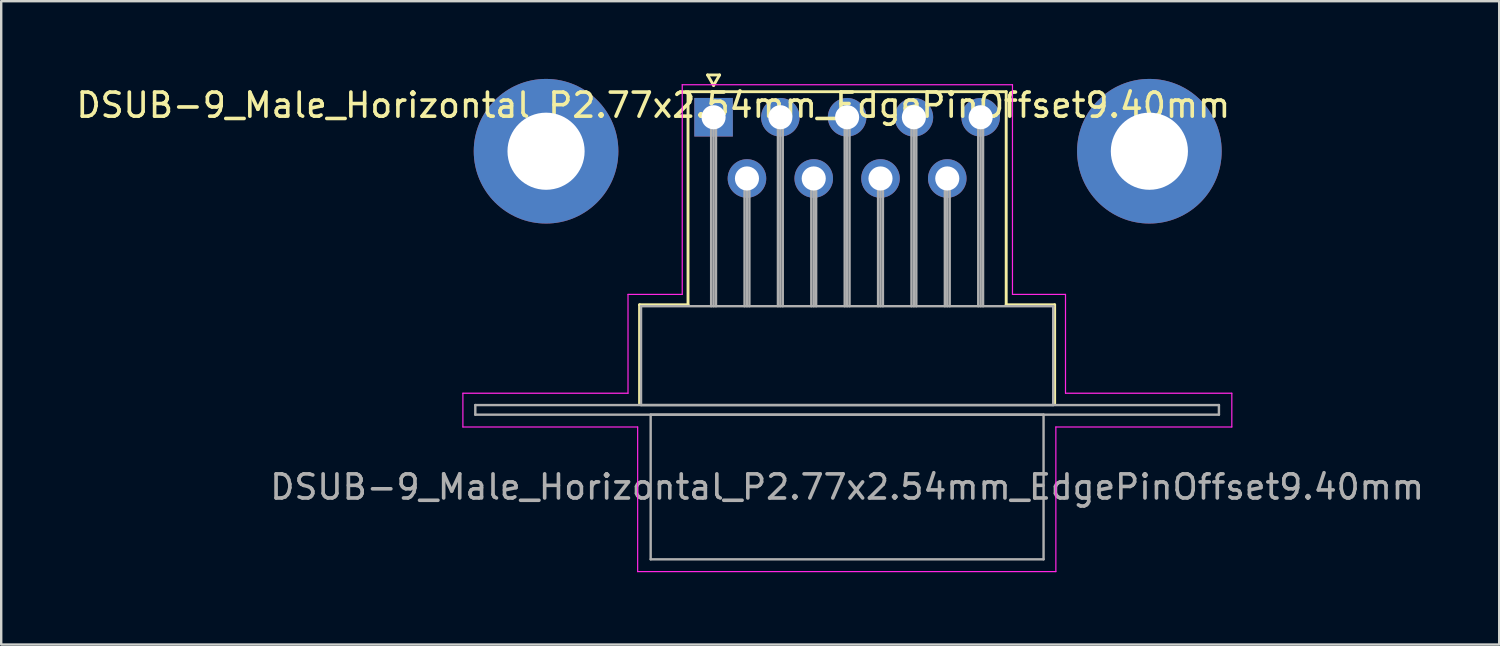
<source format=kicad_pcb>
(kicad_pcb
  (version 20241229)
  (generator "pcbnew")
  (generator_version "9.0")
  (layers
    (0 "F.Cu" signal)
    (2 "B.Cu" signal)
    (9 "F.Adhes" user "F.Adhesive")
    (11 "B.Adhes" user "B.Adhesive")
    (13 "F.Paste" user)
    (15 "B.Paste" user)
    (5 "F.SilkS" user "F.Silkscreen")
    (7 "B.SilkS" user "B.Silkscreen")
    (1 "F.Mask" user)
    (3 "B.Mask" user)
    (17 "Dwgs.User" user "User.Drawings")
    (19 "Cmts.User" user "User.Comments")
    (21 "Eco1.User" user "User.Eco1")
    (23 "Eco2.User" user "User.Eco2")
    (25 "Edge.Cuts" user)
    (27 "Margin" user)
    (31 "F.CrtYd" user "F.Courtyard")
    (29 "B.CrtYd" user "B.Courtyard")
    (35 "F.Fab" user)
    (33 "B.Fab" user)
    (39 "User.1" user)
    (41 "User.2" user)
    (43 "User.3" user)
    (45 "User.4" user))
  (footprint "DSUB-9_Male_Horizontal_P2.77x2.54mm_EdgePinOffset9.40mm"
    (layer "F.Cu")
    (at 26.554 1.814)
    (property "Reference" "DSUB-9_Male_Horizontal_P2.77x2.54mm_EdgePinOffset9.40mm" (at -2.5 -0.5 0) (layer "F.SilkS") (effects (font (size 1 1) (thickness 0.15))))
    (attr through_hole)
    (fp_line (start -3.07 7.78) (end -1.06 7.78) (stroke (width 0.12) (type solid)) (layer "F.SilkS"))
    (fp_line (start -3.07 11.88) (end -3.07 7.78) (stroke (width 0.12) (type solid)) (layer "F.SilkS"))
    (fp_line (start -1.06 -1.06) (end 12.14 -1.06) (stroke (width 0.12) (type solid)) (layer "F.SilkS"))
    (fp_line (start -1.06 7.78) (end -1.06 -1.06) (stroke (width 0.12) (type solid)) (layer "F.SilkS"))
    (fp_line (start -0.25 -1.754) (end 0.25 -1.754) (stroke (width 0.12) (type solid)) (layer "F.SilkS"))
    (fp_line (start 0 -1.321) (end -0.25 -1.754) (stroke (width 0.12) (type solid)) (layer "F.SilkS"))
    (fp_line (start 0.25 -1.754) (end 0 -1.321) (stroke (width 0.12) (type solid)) (layer "F.SilkS"))
    (fp_line (start 12.14 -1.06) (end 12.14 7.78) (stroke (width 0.12) (type solid)) (layer "F.SilkS"))
    (fp_line (start 12.14 7.78) (end 14.15 7.78) (stroke (width 0.12) (type solid)) (layer "F.SilkS"))
    (fp_line (start 14.15 7.78) (end 14.15 11.88) (stroke (width 0.12) (type solid)) (layer "F.SilkS"))
    (fp_line (start -10.4 11.45) (end -3.55 11.45) (stroke (width 0.05) (type solid)) (layer "F.CrtYd"))
    (fp_line (start -10.4 12.85) (end -10.4 11.45) (stroke (width 0.05) (type solid)) (layer "F.CrtYd"))
    (fp_line (start -3.55 7.35) (end -1.3 7.35) (stroke (width 0.05) (type solid)) (layer "F.CrtYd"))
    (fp_line (start -3.55 11.45) (end -3.55 7.35) (stroke (width 0.05) (type solid)) (layer "F.CrtYd"))
    (fp_line (start -3.15 12.85) (end -10.4 12.85) (stroke (width 0.05) (type solid)) (layer "F.CrtYd"))
    (fp_line (start -3.15 18.85) (end -3.15 12.85) (stroke (width 0.05) (type solid)) (layer "F.CrtYd"))
    (fp_line (start -1.3 -1.35) (end 12.4 -1.35) (stroke (width 0.05) (type solid)) (layer "F.CrtYd"))
    (fp_line (start -1.3 7.35) (end -1.3 -1.35) (stroke (width 0.05) (type solid)) (layer "F.CrtYd"))
    (fp_line (start 12.4 -1.35) (end 12.4 7.35) (stroke (width 0.05) (type solid)) (layer "F.CrtYd"))
    (fp_line (start 12.4 7.35) (end 14.6 7.35) (stroke (width 0.05) (type solid)) (layer "F.CrtYd"))
    (fp_line (start 14.2 12.85) (end 14.2 18.85) (stroke (width 0.05) (type solid)) (layer "F.CrtYd"))
    (fp_line (start 14.2 18.85) (end -3.15 18.85) (stroke (width 0.05) (type solid)) (layer "F.CrtYd"))
    (fp_line (start 14.6 7.35) (end 14.6 11.45) (stroke (width 0.05) (type solid)) (layer "F.CrtYd"))
    (fp_line (start 14.6 11.45) (end 21.5 11.45) (stroke (width 0.05) (type solid)) (layer "F.CrtYd"))
    (fp_line (start 21.5 11.45) (end 21.5 12.85) (stroke (width 0.05) (type solid)) (layer "F.CrtYd"))
    (fp_line (start 21.5 12.85) (end 14.2 12.85) (stroke (width 0.05) (type solid)) (layer "F.CrtYd"))
    (fp_line (start -9.885 11.94) (end -9.885 12.34) (stroke (width 0.1) (type solid)) (layer "F.Fab"))
    (fp_line (start -9.885 12.34) (end 20.965 12.34) (stroke (width 0.1) (type solid)) (layer "F.Fab"))
    (fp_line (start -3.01 7.84) (end -3.01 11.94) (stroke (width 0.1) (type solid)) (layer "F.Fab"))
    (fp_line (start -3.01 11.94) (end 14.09 11.94) (stroke (width 0.1) (type solid)) (layer "F.Fab"))
    (fp_line (start -2.61 12.34) (end -2.61 18.34) (stroke (width 0.1) (type solid)) (layer "F.Fab"))
    (fp_line (start -2.61 18.34) (end 13.69 18.34) (stroke (width 0.1) (type solid)) (layer "F.Fab"))
    (fp_line (start -0.1 0) (end -0.1 7.84) (stroke (width 0.1) (type solid)) (layer "F.Fab"))
    (fp_line (start 0 0) (end 0 7.84) (stroke (width 0.1) (type solid)) (layer "F.Fab"))
    (fp_line (start 0.1 0) (end 0.1 7.84) (stroke (width 0.1) (type solid)) (layer "F.Fab"))
    (fp_line (start 1.285 2.54) (end 1.285 7.84) (stroke (width 0.1) (type solid)) (layer "F.Fab"))
    (fp_line (start 1.385 2.54) (end 1.385 7.84) (stroke (width 0.1) (type solid)) (layer "F.Fab"))
    (fp_line (start 1.485 2.54) (end 1.485 7.84) (stroke (width 0.1) (type solid)) (layer "F.Fab"))
    (fp_line (start 2.67 0) (end 2.67 7.84) (stroke (width 0.1) (type solid)) (layer "F.Fab"))
    (fp_line (start 2.77 0) (end 2.77 7.84) (stroke (width 0.1) (type solid)) (layer "F.Fab"))
    (fp_line (start 2.87 0) (end 2.87 7.84) (stroke (width 0.1) (type solid)) (layer "F.Fab"))
    (fp_line (start 4.055 2.54) (end 4.055 7.84) (stroke (width 0.1) (type solid)) (layer "F.Fab"))
    (fp_line (start 4.155 2.54) (end 4.155 7.84) (stroke (width 0.1) (type solid)) (layer "F.Fab"))
    (fp_line (start 4.255 2.54) (end 4.255 7.84) (stroke (width 0.1) (type solid)) (layer "F.Fab"))
    (fp_line (start 5.44 0) (end 5.44 7.84) (stroke (width 0.1) (type solid)) (layer "F.Fab"))
    (fp_line (start 5.54 0) (end 5.54 7.84) (stroke (width 0.1) (type solid)) (layer "F.Fab"))
    (fp_line (start 5.64 0) (end 5.64 7.84) (stroke (width 0.1) (type solid)) (layer "F.Fab"))
    (fp_line (start 6.825 2.54) (end 6.825 7.84) (stroke (width 0.1) (type solid)) (layer "F.Fab"))
    (fp_line (start 6.925 2.54) (end 6.925 7.84) (stroke (width 0.1) (type solid)) (layer "F.Fab"))
    (fp_line (start 7.025 2.54) (end 7.025 7.84) (stroke (width 0.1) (type solid)) (layer "F.Fab"))
    (fp_line (start 8.21 0) (end 8.21 7.84) (stroke (width 0.1) (type solid)) (layer "F.Fab"))
    (fp_line (start 8.31 0) (end 8.31 7.84) (stroke (width 0.1) (type solid)) (layer "F.Fab"))
    (fp_line (start 8.41 0) (end 8.41 7.84) (stroke (width 0.1) (type solid)) (layer "F.Fab"))
    (fp_line (start 9.595 2.54) (end 9.595 7.84) (stroke (width 0.1) (type solid)) (layer "F.Fab"))
    (fp_line (start 9.695 2.54) (end 9.695 7.84) (stroke (width 0.1) (type solid)) (layer "F.Fab"))
    (fp_line (start 9.795 2.54) (end 9.795 7.84) (stroke (width 0.1) (type solid)) (layer "F.Fab"))
    (fp_line (start 10.98 0) (end 10.98 7.84) (stroke (width 0.1) (type solid)) (layer "F.Fab"))
    (fp_line (start 11.08 0) (end 11.08 7.84) (stroke (width 0.1) (type solid)) (layer "F.Fab"))
    (fp_line (start 11.18 0) (end 11.18 7.84) (stroke (width 0.1) (type solid)) (layer "F.Fab"))
    (fp_line (start 13.69 12.34) (end -2.61 12.34) (stroke (width 0.1) (type solid)) (layer "F.Fab"))
    (fp_line (start 13.69 18.34) (end 13.69 12.34) (stroke (width 0.1) (type solid)) (layer "F.Fab"))
    (fp_line (start 14.09 7.84) (end -3.01 7.84) (stroke (width 0.1) (type solid)) (layer "F.Fab"))
    (fp_line (start 14.09 11.94) (end 14.09 7.84) (stroke (width 0.1) (type solid)) (layer "F.Fab"))
    (fp_line (start 20.965 11.94) (end -9.885 11.94) (stroke (width 0.1) (type solid)) (layer "F.Fab"))
    (fp_line (start 20.965 12.34) (end 20.965 11.94) (stroke (width 0.1) (type solid)) (layer "F.Fab"))
    (fp_text user "${REFERENCE}" (at 5.54 15.34 0) (layer "F.Fab") (effects (font (size 1 1) (thickness 0.15))))
    (pad "0" thru_hole circle (at -6.95 1.41) (size 6 6) (drill 3.2) (layers "*.Cu" "*.Mask"))
    (pad "0" thru_hole circle (at 18.08 1.41) (size 6 6) (drill 3.2) (layers "*.Cu" "*.Mask"))
    (pad "1" thru_hole rect (at 0 0) (size 1.6 1.6) (drill 1) (layers "*.Cu" "*.Mask"))
    (pad "2" thru_hole circle (at 2.77 0) (size 1.6 1.6) (drill 1) (layers "*.Cu" "*.Mask"))
    (pad "3" thru_hole circle (at 5.54 0) (size 1.6 1.6) (drill 1) (layers "*.Cu" "*.Mask"))
    (pad "4" thru_hole circle (at 8.31 0) (size 1.6 1.6) (drill 1) (layers "*.Cu" "*.Mask"))
    (pad "5" thru_hole circle (at 11.08 0) (size 1.6 1.6) (drill 1) (layers "*.Cu" "*.Mask"))
    (pad "6" thru_hole circle (at 1.385 2.54) (size 1.6 1.6) (drill 1) (layers "*.Cu" "*.Mask"))
    (pad "7" thru_hole circle (at 4.155 2.54) (size 1.6 1.6) (drill 1) (layers "*.Cu" "*.Mask"))
    (pad "8" thru_hole circle (at 6.925 2.54) (size 1.6 1.6) (drill 1) (layers "*.Cu" "*.Mask"))
    (pad "9" thru_hole circle (at 9.695 2.54) (size 1.6 1.6) (drill 1) (layers "*.Cu" "*.Mask")))
  (gr_rect
    (start -3 -3)
    (end 59.147 23.689)
    (stroke (width 0.1) (type default))
    (fill no)
    (layer "Edge.Cuts")))
</source>
